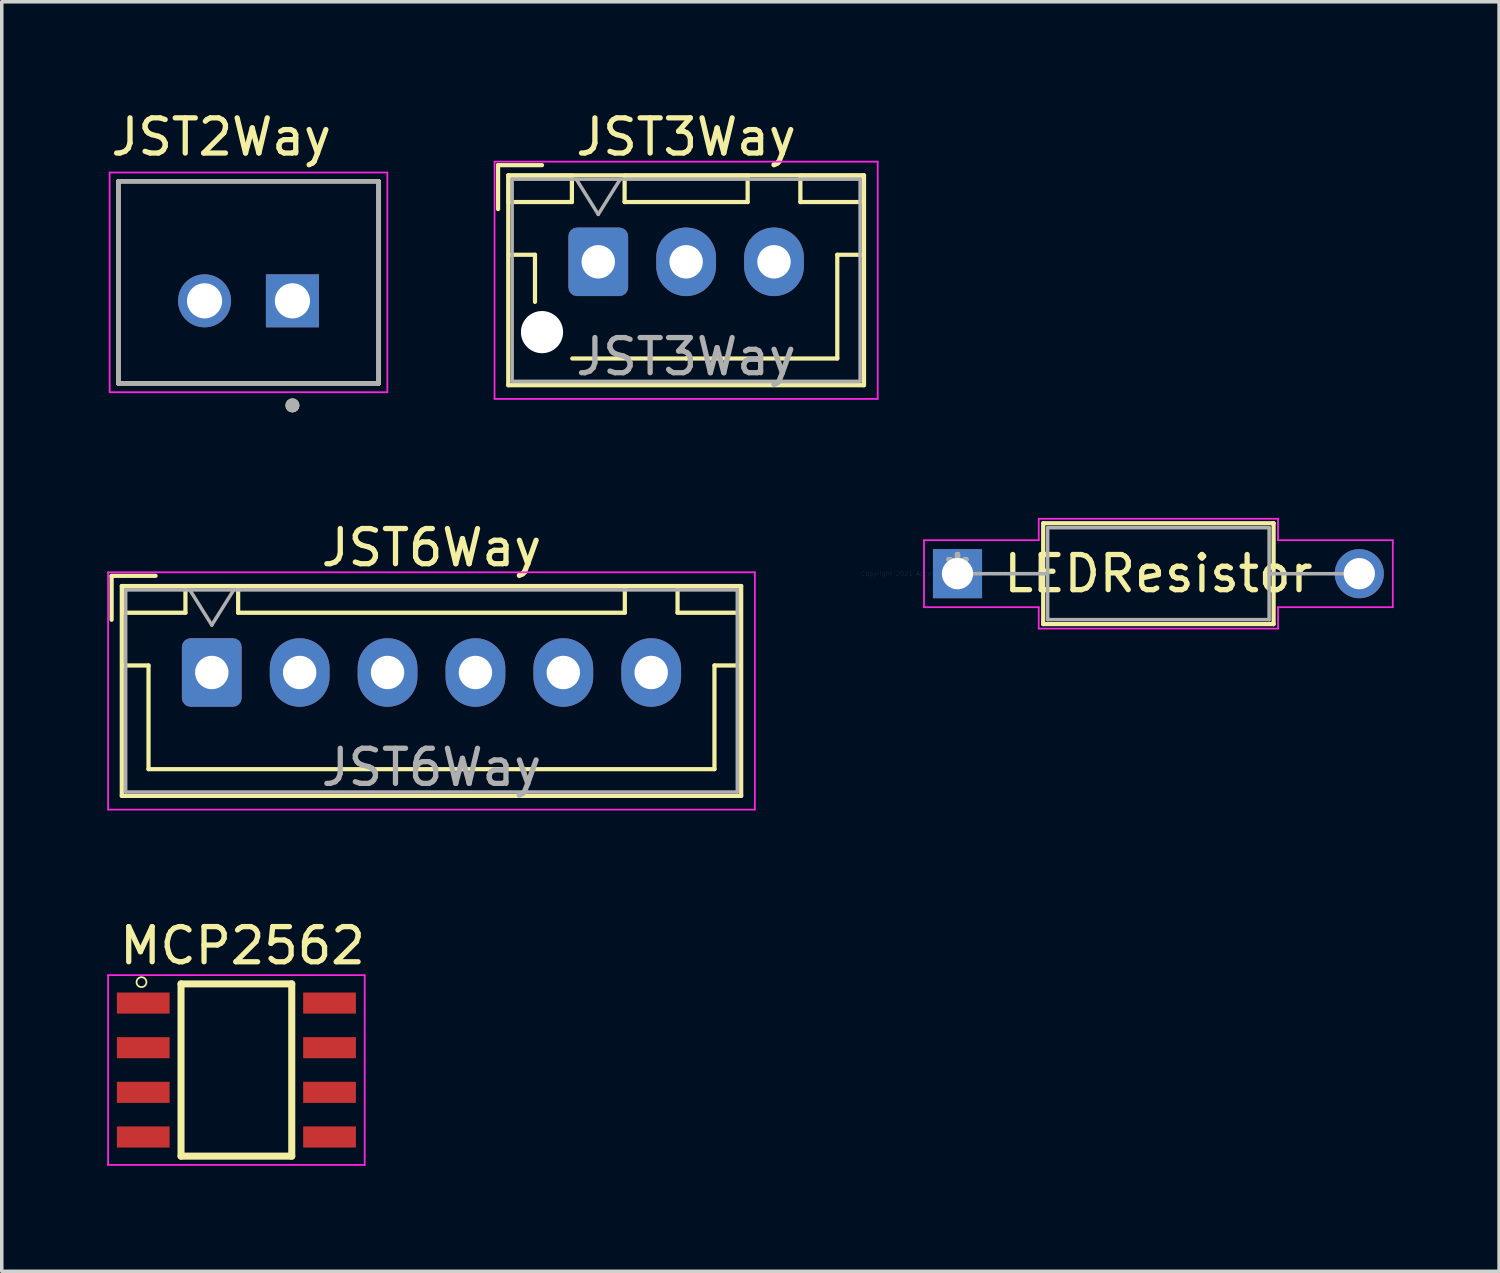
<source format=kicad_pcb>
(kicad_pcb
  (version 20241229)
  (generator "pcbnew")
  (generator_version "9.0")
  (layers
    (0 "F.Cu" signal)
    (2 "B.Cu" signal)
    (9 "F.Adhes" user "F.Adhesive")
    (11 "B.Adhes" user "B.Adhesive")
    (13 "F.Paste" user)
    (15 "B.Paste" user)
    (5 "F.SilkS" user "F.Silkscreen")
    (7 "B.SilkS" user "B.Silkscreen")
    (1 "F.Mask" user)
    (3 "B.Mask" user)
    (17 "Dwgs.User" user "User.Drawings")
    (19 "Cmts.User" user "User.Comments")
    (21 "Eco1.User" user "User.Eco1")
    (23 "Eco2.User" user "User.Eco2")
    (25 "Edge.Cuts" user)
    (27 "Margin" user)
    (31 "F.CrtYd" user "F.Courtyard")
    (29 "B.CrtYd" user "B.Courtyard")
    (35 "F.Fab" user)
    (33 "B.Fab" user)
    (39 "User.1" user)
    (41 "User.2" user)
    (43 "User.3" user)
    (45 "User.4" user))
  (footprint "LEDResistor"
    (layer "F.Cu")
    (at 24.189 13.27)
    (property "Reference" "LEDResistor" (at 5.715 0 0) (layer "F.SilkS") (effects (font (size 1 1) (thickness 0.15))))
    (attr through_hole)
    (fp_line (start 2.438 -1.435) (end 2.438 1.435) (stroke (width 0.12) (type solid)) (layer "F.SilkS"))
    (fp_line (start 2.438 1.435) (end 8.992 1.435) (stroke (width 0.12) (type solid)) (layer "F.SilkS"))
    (fp_line (start 8.992 -1.435) (end 2.438 -1.435) (stroke (width 0.12) (type solid)) (layer "F.SilkS"))
    (fp_line (start 8.992 1.435) (end 8.992 -1.435) (stroke (width 0.12) (type solid)) (layer "F.SilkS"))
    (fp_line (start -0.953 -0.953) (end 2.311 -0.953) (stroke (width 0.05) (type solid)) (layer "F.CrtYd"))
    (fp_line (start -0.953 0.953) (end -0.953 -0.953) (stroke (width 0.05) (type solid)) (layer "F.CrtYd"))
    (fp_line (start 2.311 -1.562) (end 9.119 -1.562) (stroke (width 0.05) (type solid)) (layer "F.CrtYd"))
    (fp_line (start 2.311 -0.953) (end 2.311 -1.562) (stroke (width 0.05) (type solid)) (layer "F.CrtYd"))
    (fp_line (start 2.311 0.953) (end -0.953 0.953) (stroke (width 0.05) (type solid)) (layer "F.CrtYd"))
    (fp_line (start 2.311 1.562) (end 2.311 0.953) (stroke (width 0.05) (type solid)) (layer "F.CrtYd"))
    (fp_line (start 9.119 -1.562) (end 9.119 -0.953) (stroke (width 0.05) (type solid)) (layer "F.CrtYd"))
    (fp_line (start 9.119 -0.953) (end 12.383 -0.953) (stroke (width 0.05) (type solid)) (layer "F.CrtYd"))
    (fp_line (start 9.119 0.953) (end 9.119 1.562) (stroke (width 0.05) (type solid)) (layer "F.CrtYd"))
    (fp_line (start 9.119 1.562) (end 2.311 1.562) (stroke (width 0.05) (type solid)) (layer "F.CrtYd"))
    (fp_line (start 12.383 -0.953) (end 12.383 0.953) (stroke (width 0.05) (type solid)) (layer "F.CrtYd"))
    (fp_line (start 12.383 0.953) (end 9.119 0.953) (stroke (width 0.05) (type solid)) (layer "F.CrtYd"))
    (fp_line (start 0 0) (end 2.565 0) (stroke (width 0.1) (type solid)) (layer "F.Fab"))
    (fp_line (start 2.565 -1.308) (end 2.565 1.308) (stroke (width 0.1) (type solid)) (layer "F.Fab"))
    (fp_line (start 2.565 1.308) (end 8.865 1.308) (stroke (width 0.1) (type solid)) (layer "F.Fab"))
    (fp_line (start 8.865 -1.308) (end 2.565 -1.308) (stroke (width 0.1) (type solid)) (layer "F.Fab"))
    (fp_line (start 8.865 1.308) (end 8.865 -1.308) (stroke (width 0.1) (type solid)) (layer "F.Fab"))
    (fp_line (start 11.43 0) (end 8.865 0) (stroke (width 0.1) (type solid)) (layer "F.Fab"))
    (fp_text user "*" (at 0 0 0) (layer "F.SilkS") (effects (font (size 1 1) (thickness 0.15))))
    (fp_text user "Copyright 2021 Accelerated Designs. All rights reserved." (at 0 0 0) (layer "Cmts.User") (effects (font (size 0.127 0.127) (thickness 0.002))))
    (fp_text user "*" (at 0 0 0) (layer "F.Fab") (effects (font (size 1 1) (thickness 0.15))))
    (pad "1" thru_hole rect (at 0 0) (size 1.397 1.397) (drill 0.889) (layers "*.Cu" "*.Mask"))
    (pad "2" thru_hole circle (at 11.43 0) (size 1.397 1.397) (drill 0.889) (layers "*.Cu" "*.Mask")))
  (footprint "MCP2562"
    (layer "F.Cu")
    (at 3.675 27.39)
    (property "Reference" "MCP2562" (at 0.175 -3.535 0) (layer "F.SilkS") (effects (font (size 1 1) (thickness 0.15))))
    (attr through_hole)
    (fp_line (start -1.575 -2.45) (end 1.575 -2.45) (stroke (width 0.2) (type solid)) (layer "F.SilkS"))
    (fp_line (start -1.575 2.45) (end -1.575 -2.45) (stroke (width 0.2) (type solid)) (layer "F.SilkS"))
    (fp_line (start 1.575 -2.45) (end 1.575 2.45) (stroke (width 0.2) (type solid)) (layer "F.SilkS"))
    (fp_line (start 1.575 2.45) (end -1.575 2.45) (stroke (width 0.2) (type solid)) (layer "F.SilkS"))
    (fp_circle (center -2.7 -2.5) (end -2.559 -2.5) (stroke (width 0.05) (type solid)) (fill no) (layer "F.SilkS"))
    (fp_line (start -3.65 -2.7) (end 3.65 -2.7) (stroke (width 0.05) (type solid)) (layer "F.CrtYd"))
    (fp_line (start -3.65 2.7) (end -3.65 -2.7) (stroke (width 0.05) (type solid)) (layer "F.CrtYd"))
    (fp_line (start 3.65 -2.7) (end 3.65 2.7) (stroke (width 0.05) (type solid)) (layer "F.CrtYd"))
    (fp_line (start 3.65 2.7) (end -3.65 2.7) (stroke (width 0.05) (type solid)) (layer "F.CrtYd"))
    (pad "1" smd rect (at -2.65 -1.905) (size 1.5 0.6) (layers "F.Cu" "F.Mask" "F.Paste"))
    (pad "2" smd rect (at -2.65 -0.635) (size 1.5 0.6) (layers "F.Cu" "F.Mask" "F.Paste"))
    (pad "3" smd rect (at -2.65 0.635) (size 1.5 0.6) (layers "F.Cu" "F.Mask" "F.Paste"))
    (pad "4" smd rect (at -2.65 1.905) (size 1.5 0.6) (layers "F.Cu" "F.Mask" "F.Paste"))
    (pad "5" smd rect (at 2.65 1.905) (size 1.5 0.6) (layers "F.Cu" "F.Mask" "F.Paste"))
    (pad "6" smd rect (at 2.65 0.635) (size 1.5 0.6) (layers "F.Cu" "F.Mask" "F.Paste"))
    (pad "7" smd rect (at 2.65 -0.635) (size 1.5 0.6) (layers "F.Cu" "F.Mask" "F.Paste"))
    (pad "8" smd rect (at 2.65 -1.905) (size 1.5 0.6) (layers "F.Cu" "F.Mask" "F.Paste")))
  (footprint "JST3Way"
    (layer "F.Cu")
    (at 13.969 4.398)
    (property "Reference" "JST3Way" (at 2.5 -3.55 0) (layer "F.SilkS") (effects (font (size 1 1) (thickness 0.15))))
    (attr through_hole)
    (fp_line (start -2.85 -2.75) (end -2.85 -1.5) (stroke (width 0.12) (type solid)) (layer "F.SilkS"))
    (fp_line (start -2.56 -2.46) (end -2.56 3.51) (stroke (width 0.12) (type solid)) (layer "F.SilkS"))
    (fp_line (start -2.56 3.51) (end 7.56 3.51) (stroke (width 0.12) (type solid)) (layer "F.SilkS"))
    (fp_line (start -2.55 -2.45) (end -2.55 -1.7) (stroke (width 0.12) (type solid)) (layer "F.SilkS"))
    (fp_line (start -2.55 -1.7) (end -0.75 -1.7) (stroke (width 0.12) (type solid)) (layer "F.SilkS"))
    (fp_line (start -2.55 -0.2) (end -1.8 -0.2) (stroke (width 0.12) (type solid)) (layer "F.SilkS"))
    (fp_line (start -1.8 -0.2) (end -1.8 1.14) (stroke (width 0.12) (type solid)) (layer "F.SilkS"))
    (fp_line (start -1.6 -2.75) (end -2.85 -2.75) (stroke (width 0.12) (type solid)) (layer "F.SilkS"))
    (fp_line (start -0.75 -2.45) (end -2.55 -2.45) (stroke (width 0.12) (type solid)) (layer "F.SilkS"))
    (fp_line (start -0.75 -1.7) (end -0.75 -2.45) (stroke (width 0.12) (type solid)) (layer "F.SilkS"))
    (fp_line (start 0.75 -2.45) (end 0.75 -1.7) (stroke (width 0.12) (type solid)) (layer "F.SilkS"))
    (fp_line (start 0.75 -1.7) (end 4.25 -1.7) (stroke (width 0.12) (type solid)) (layer "F.SilkS"))
    (fp_line (start 2.5 2.75) (end -0.74 2.75) (stroke (width 0.12) (type solid)) (layer "F.SilkS"))
    (fp_line (start 4.25 -2.45) (end 0.75 -2.45) (stroke (width 0.12) (type solid)) (layer "F.SilkS"))
    (fp_line (start 4.25 -1.7) (end 4.25 -2.45) (stroke (width 0.12) (type solid)) (layer "F.SilkS"))
    (fp_line (start 5.75 -2.45) (end 5.75 -1.7) (stroke (width 0.12) (type solid)) (layer "F.SilkS"))
    (fp_line (start 5.75 -1.7) (end 7.55 -1.7) (stroke (width 0.12) (type solid)) (layer "F.SilkS"))
    (fp_line (start 6.8 -0.2) (end 6.8 2.75) (stroke (width 0.12) (type solid)) (layer "F.SilkS"))
    (fp_line (start 6.8 2.75) (end 2.5 2.75) (stroke (width 0.12) (type solid)) (layer "F.SilkS"))
    (fp_line (start 7.55 -2.45) (end 5.75 -2.45) (stroke (width 0.12) (type solid)) (layer "F.SilkS"))
    (fp_line (start 7.55 -1.7) (end 7.55 -2.45) (stroke (width 0.12) (type solid)) (layer "F.SilkS"))
    (fp_line (start 7.55 -0.2) (end 6.8 -0.2) (stroke (width 0.12) (type solid)) (layer "F.SilkS"))
    (fp_line (start 7.56 -2.46) (end -2.56 -2.46) (stroke (width 0.12) (type solid)) (layer "F.SilkS"))
    (fp_line (start 7.56 3.51) (end 7.56 -2.46) (stroke (width 0.12) (type solid)) (layer "F.SilkS"))
    (fp_line (start -2.95 -2.85) (end -2.95 3.9) (stroke (width 0.05) (type solid)) (layer "F.CrtYd"))
    (fp_line (start -2.95 3.9) (end 7.95 3.9) (stroke (width 0.05) (type solid)) (layer "F.CrtYd"))
    (fp_line (start 7.95 -2.85) (end -2.95 -2.85) (stroke (width 0.05) (type solid)) (layer "F.CrtYd"))
    (fp_line (start 7.95 3.9) (end 7.95 -2.85) (stroke (width 0.05) (type solid)) (layer "F.CrtYd"))
    (fp_line (start -2.45 -2.35) (end -2.45 3.4) (stroke (width 0.1) (type solid)) (layer "F.Fab"))
    (fp_line (start -2.45 3.4) (end 7.45 3.4) (stroke (width 0.1) (type solid)) (layer "F.Fab"))
    (fp_line (start -0.625 -2.35) (end 0 -1.35) (stroke (width 0.1) (type solid)) (layer "F.Fab"))
    (fp_line (start 0 -1.35) (end 0.625 -2.35) (stroke (width 0.1) (type solid)) (layer "F.Fab"))
    (fp_line (start 7.45 -2.35) (end -2.45 -2.35) (stroke (width 0.1) (type solid)) (layer "F.Fab"))
    (fp_line (start 7.45 3.4) (end 7.45 -2.35) (stroke (width 0.1) (type solid)) (layer "F.Fab"))
    (fp_text user "${REFERENCE}" (at 2.5 2.7 0) (layer "F.Fab") (effects (font (size 1 1) (thickness 0.15))))
    (pad "" np_thru_hole circle (at -1.6 2) (size 1.2 1.2) (drill 1.2) (layers "*.Cu" "*.Mask"))
    (pad "1" thru_hole roundrect (at 0 0) (size 1.7 1.95) (drill 0.95) (layers "*.Cu" "*.Mask") (roundrect_rratio 0.147))
    (pad "2" thru_hole oval (at 2.5 0) (size 1.7 1.95) (drill 0.95) (layers "*.Cu" "*.Mask"))
    (pad "3" thru_hole oval (at 5 0) (size 1.7 1.95) (drill 0.95) (layers "*.Cu" "*.Mask")))
  (footprint "JST6Way"
    (layer "F.Cu")
    (at 2.975 16.081)
    (property "Reference" "JST6Way" (at 6.25 -3.55 0) (layer "F.SilkS") (effects (font (size 1 1) (thickness 0.15))))
    (attr through_hole)
    (fp_line (start -2.85 -2.75) (end -2.85 -1.5) (stroke (width 0.12) (type solid)) (layer "F.SilkS"))
    (fp_line (start -2.56 -2.46) (end -2.56 3.51) (stroke (width 0.12) (type solid)) (layer "F.SilkS"))
    (fp_line (start -2.56 3.51) (end 15.06 3.51) (stroke (width 0.12) (type solid)) (layer "F.SilkS"))
    (fp_line (start -2.55 -2.45) (end -2.55 -1.7) (stroke (width 0.12) (type solid)) (layer "F.SilkS"))
    (fp_line (start -2.55 -1.7) (end -0.75 -1.7) (stroke (width 0.12) (type solid)) (layer "F.SilkS"))
    (fp_line (start -2.55 -0.2) (end -1.8 -0.2) (stroke (width 0.12) (type solid)) (layer "F.SilkS"))
    (fp_line (start -1.8 -0.2) (end -1.8 2.75) (stroke (width 0.12) (type solid)) (layer "F.SilkS"))
    (fp_line (start -1.8 2.75) (end 6.25 2.75) (stroke (width 0.12) (type solid)) (layer "F.SilkS"))
    (fp_line (start -1.6 -2.75) (end -2.85 -2.75) (stroke (width 0.12) (type solid)) (layer "F.SilkS"))
    (fp_line (start -0.75 -2.45) (end -2.55 -2.45) (stroke (width 0.12) (type solid)) (layer "F.SilkS"))
    (fp_line (start -0.75 -1.7) (end -0.75 -2.45) (stroke (width 0.12) (type solid)) (layer "F.SilkS"))
    (fp_line (start 0.75 -2.45) (end 0.75 -1.7) (stroke (width 0.12) (type solid)) (layer "F.SilkS"))
    (fp_line (start 0.75 -1.7) (end 11.75 -1.7) (stroke (width 0.12) (type solid)) (layer "F.SilkS"))
    (fp_line (start 11.75 -2.45) (end 0.75 -2.45) (stroke (width 0.12) (type solid)) (layer "F.SilkS"))
    (fp_line (start 11.75 -1.7) (end 11.75 -2.45) (stroke (width 0.12) (type solid)) (layer "F.SilkS"))
    (fp_line (start 13.25 -2.45) (end 13.25 -1.7) (stroke (width 0.12) (type solid)) (layer "F.SilkS"))
    (fp_line (start 13.25 -1.7) (end 15.05 -1.7) (stroke (width 0.12) (type solid)) (layer "F.SilkS"))
    (fp_line (start 14.3 -0.2) (end 14.3 2.75) (stroke (width 0.12) (type solid)) (layer "F.SilkS"))
    (fp_line (start 14.3 2.75) (end 6.25 2.75) (stroke (width 0.12) (type solid)) (layer "F.SilkS"))
    (fp_line (start 15.05 -2.45) (end 13.25 -2.45) (stroke (width 0.12) (type solid)) (layer "F.SilkS"))
    (fp_line (start 15.05 -1.7) (end 15.05 -2.45) (stroke (width 0.12) (type solid)) (layer "F.SilkS"))
    (fp_line (start 15.05 -0.2) (end 14.3 -0.2) (stroke (width 0.12) (type solid)) (layer "F.SilkS"))
    (fp_line (start 15.06 -2.46) (end -2.56 -2.46) (stroke (width 0.12) (type solid)) (layer "F.SilkS"))
    (fp_line (start 15.06 3.51) (end 15.06 -2.46) (stroke (width 0.12) (type solid)) (layer "F.SilkS"))
    (fp_line (start -2.95 -2.85) (end -2.95 3.9) (stroke (width 0.05) (type solid)) (layer "F.CrtYd"))
    (fp_line (start -2.95 3.9) (end 15.45 3.9) (stroke (width 0.05) (type solid)) (layer "F.CrtYd"))
    (fp_line (start 15.45 -2.85) (end -2.95 -2.85) (stroke (width 0.05) (type solid)) (layer "F.CrtYd"))
    (fp_line (start 15.45 3.9) (end 15.45 -2.85) (stroke (width 0.05) (type solid)) (layer "F.CrtYd"))
    (fp_line (start -2.45 -2.35) (end -2.45 3.4) (stroke (width 0.1) (type solid)) (layer "F.Fab"))
    (fp_line (start -2.45 3.4) (end 14.95 3.4) (stroke (width 0.1) (type solid)) (layer "F.Fab"))
    (fp_line (start -0.625 -2.35) (end 0 -1.35) (stroke (width 0.1) (type solid)) (layer "F.Fab"))
    (fp_line (start 0 -1.35) (end 0.625 -2.35) (stroke (width 0.1) (type solid)) (layer "F.Fab"))
    (fp_line (start 14.95 -2.35) (end -2.45 -2.35) (stroke (width 0.1) (type solid)) (layer "F.Fab"))
    (fp_line (start 14.95 3.4) (end 14.95 -2.35) (stroke (width 0.1) (type solid)) (layer "F.Fab"))
    (fp_text user "${REFERENCE}" (at 6.25 2.7 0) (layer "F.Fab") (effects (font (size 1 1) (thickness 0.15))))
    (pad "1" thru_hole roundrect (at 0 0) (size 1.7 1.95) (drill 0.95) (layers "*.Cu" "*.Mask") (roundrect_rratio 0.147))
    (pad "2" thru_hole oval (at 2.5 0) (size 1.7 1.95) (drill 0.95) (layers "*.Cu" "*.Mask"))
    (pad "3" thru_hole oval (at 5 0) (size 1.7 1.95) (drill 0.95) (layers "*.Cu" "*.Mask"))
    (pad "4" thru_hole oval (at 7.5 0) (size 1.7 1.95) (drill 0.95) (layers "*.Cu" "*.Mask"))
    (pad "5" thru_hole oval (at 10 0) (size 1.7 1.95) (drill 0.95) (layers "*.Cu" "*.Mask"))
    (pad "6" thru_hole oval (at 12.5 0) (size 1.7 1.95) (drill 0.95) (layers "*.Cu" "*.Mask")))
  (footprint "JST2Way"
    (layer "F.Cu")
    (at 4.019 5.508)
    (property "Reference" "JST2Way" (at -0.775 -4.66 0) (layer "F.SilkS") (effects (font (size 1 1) (thickness 0.15))))
    (attr through_hole)
    (fp_line (start -3.7 -3.4) (end 3.7 -3.4) (stroke (width 0.127) (type solid)) (layer "F.SilkS"))
    (fp_line (start -3.7 2.35) (end -3.7 -3.4) (stroke (width 0.127) (type solid)) (layer "F.SilkS"))
    (fp_line (start 3.7 -3.4) (end 3.7 2.35) (stroke (width 0.127) (type solid)) (layer "F.SilkS"))
    (fp_line (start 3.7 2.35) (end -3.7 2.35) (stroke (width 0.127) (type solid)) (layer "F.SilkS"))
    (fp_circle (center 1.25 2.975) (end 1.35 2.975) (stroke (width 0.2) (type solid)) (fill no) (layer "F.SilkS"))
    (fp_line (start -3.95 -3.65) (end 3.95 -3.65) (stroke (width 0.05) (type solid)) (layer "F.CrtYd"))
    (fp_line (start -3.95 2.6) (end -3.95 -3.65) (stroke (width 0.05) (type solid)) (layer "F.CrtYd"))
    (fp_line (start 3.95 -3.65) (end 3.95 2.6) (stroke (width 0.05) (type solid)) (layer "F.CrtYd"))
    (fp_line (start 3.95 2.6) (end -3.95 2.6) (stroke (width 0.05) (type solid)) (layer "F.CrtYd"))
    (fp_line (start -3.7 -3.4) (end 3.7 -3.4) (stroke (width 0.127) (type solid)) (layer "F.Fab"))
    (fp_line (start -3.7 2.35) (end -3.7 -3.4) (stroke (width 0.127) (type solid)) (layer "F.Fab"))
    (fp_line (start 3.7 -3.4) (end 3.7 2.35) (stroke (width 0.127) (type solid)) (layer "F.Fab"))
    (fp_line (start 3.7 2.35) (end -3.7 2.35) (stroke (width 0.127) (type solid)) (layer "F.Fab"))
    (fp_circle (center 1.25 2.975) (end 1.35 2.975) (stroke (width 0.2) (type solid)) (fill no) (layer "F.Fab"))
    (pad "1" thru_hole rect (at 1.25 0) (size 1.508 1.508) (drill 1) (layers "*.Cu" "*.Mask"))
    (pad "2" thru_hole circle (at -1.25 0) (size 1.508 1.508) (drill 1) (layers "*.Cu" "*.Mask")))
  (gr_rect
    (start -3 -3)
    (end 39.596 33.115)
    (stroke (width 0.1) (type default))
    (fill no)
    (layer "Edge.Cuts")))
</source>
